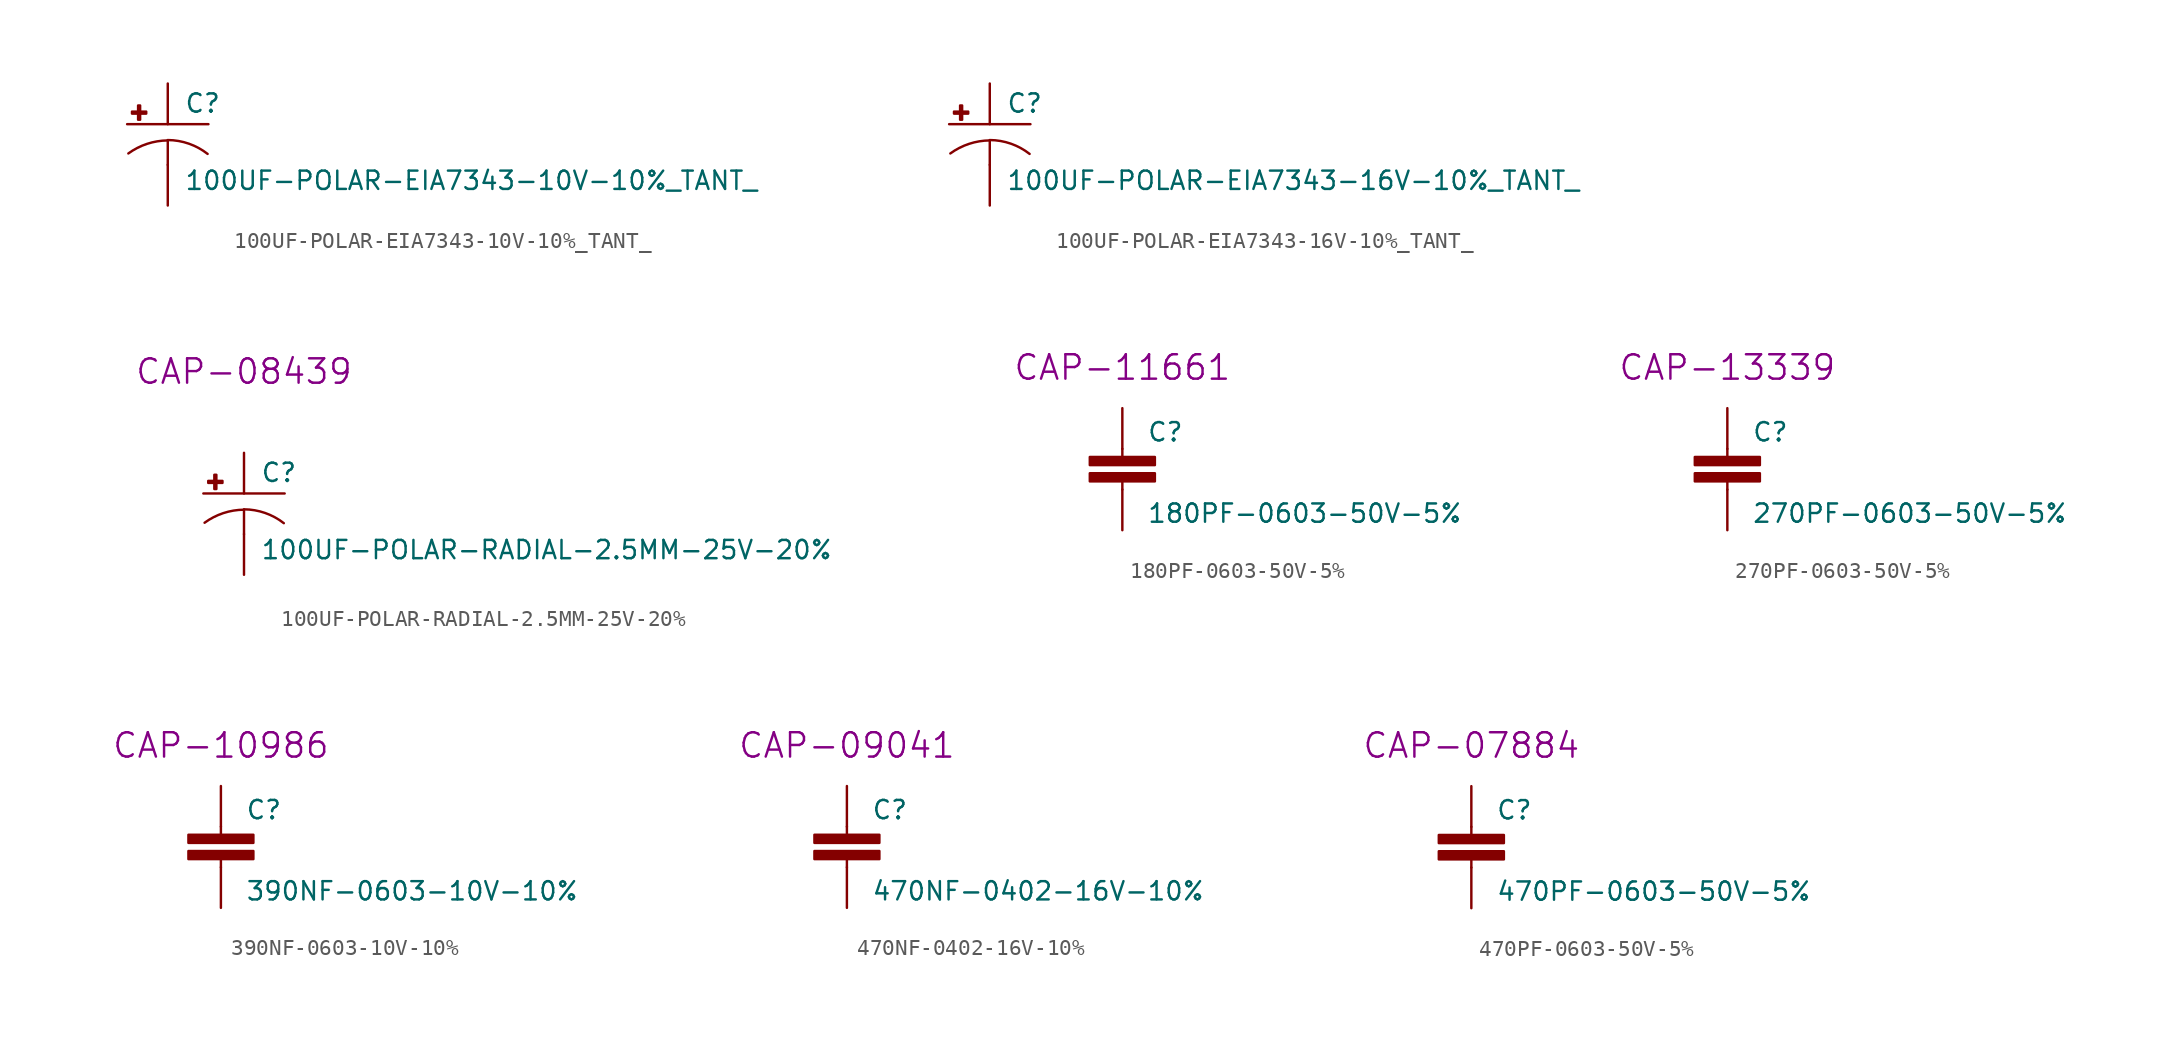
<source format=kicad_sym>
(kicad_symbol_lib
  (version 20220914)
  (generator kicad_symbol_editor)
  (symbol "100UF-POLAR-EIA7343-10V-10%_TANT_"
    (pin_numbers hide)
    (pin_names
      (offset 1.016) hide)
    (property "Reference" "C"
      (at 1.016 0.635 0)
      (effects (font (size 1.143 1.143)) (justify left bottom)))
    (property "Value" "100UF-POLAR-EIA7343-10V-10%_TANT_"
      (at 1.016 -4.191 0)
      (effects (font (size 1.143 1.143)) (justify left bottom)))
    (property "ki_locked" ""
      (at 0 0 0)
      (effects (font (size 1.27 1.27))))
    (symbol "100UF-POLAR-EIA7343-10V-10%_TANT__1_0"
      (polyline (pts (xy -2.54 0) (xy 2.54 0)) (stroke (width 0) (type solid)) (fill (type none)))
      (polyline (pts (xy 0 -1.016) (xy 0 -2.54)) (stroke (width 0) (type solid)) (fill (type none))))
    (symbol "100UF-POLAR-EIA7343-10V-10%_TANT__1_1"
      (rectangle (start -2.235 0.66) (end -1.346 0.787) (stroke (width 0) (type solid)) (fill (type outline)))
      (rectangle (start -1.854 0.279) (end -1.727 1.168) (stroke (width 0) (type solid)) (fill (type outline)))
      (arc (start 0 -1.016) (mid -1.2939 -1.2289) (end -2.4638 -1.8288) (stroke (width 0) (type solid)) (fill (type none)))
      (arc (start 2.4892 -1.8542) (mid 1.3167 -1.2157) (end 0 -0.9906) (stroke (width 0) (type solid)) (fill (type none)))
      (pin passive line (at 0 2.54 270) (length 2.54) (name "+" (effects (font (size 1.016 1.016)))) (number "A" (effects (font (size 1.016 1.016)))))
      (pin passive line (at 0 -5.08 90) (length 2.54) (name "-" (effects (font (size 1.016 1.016)))) (number "C" (effects (font (size 1.016 1.016)))))))
  (symbol "100UF-POLAR-EIA7343-16V-10%_TANT_"
    (pin_numbers hide)
    (pin_names
      (offset 1.016) hide)
    (property "Reference" "C"
      (at 1.016 0.635 0)
      (effects (font (size 1.143 1.143)) (justify left bottom)))
    (property "Value" "100UF-POLAR-EIA7343-16V-10%_TANT_"
      (at 1.016 -4.191 0)
      (effects (font (size 1.143 1.143)) (justify left bottom)))
    (property "ki_locked" ""
      (at 0 0 0)
      (effects (font (size 1.27 1.27))))
    (symbol "100UF-POLAR-EIA7343-16V-10%_TANT__1_0"
      (polyline (pts (xy -2.54 0) (xy 2.54 0)) (stroke (width 0) (type solid)) (fill (type none)))
      (polyline (pts (xy 0 -1.016) (xy 0 -2.54)) (stroke (width 0) (type solid)) (fill (type none))))
    (symbol "100UF-POLAR-EIA7343-16V-10%_TANT__1_1"
      (rectangle (start -2.235 0.66) (end -1.346 0.787) (stroke (width 0) (type solid)) (fill (type outline)))
      (rectangle (start -1.854 0.279) (end -1.727 1.168) (stroke (width 0) (type solid)) (fill (type outline)))
      (arc (start 0 -1.016) (mid -1.2939 -1.2289) (end -2.4638 -1.8288) (stroke (width 0) (type solid)) (fill (type none)))
      (arc (start 2.4892 -1.8542) (mid 1.3167 -1.2157) (end 0 -0.9906) (stroke (width 0) (type solid)) (fill (type none)))
      (pin passive line (at 0 2.54 270) (length 2.54) (name "+" (effects (font (size 1.016 1.016)))) (number "A" (effects (font (size 1.016 1.016)))))
      (pin passive line (at 0 -5.08 90) (length 2.54) (name "-" (effects (font (size 1.016 1.016)))) (number "C" (effects (font (size 1.016 1.016)))))))
  (symbol "100UF-POLAR-RADIAL-2.5MM-25V-20%"
    (pin_numbers hide)
    (pin_names
      (offset 1.016) hide)
    (property "Reference" "C"
      (at 1.016 0.635 0)
      (effects (font (size 1.143 1.143)) (justify left bottom)))
    (property "Value" "100UF-POLAR-RADIAL-2.5MM-25V-20%"
      (at 1.016 -4.191 0)
      (effects (font (size 1.143 1.143)) (justify left bottom)))
    (property "Field4" "CAP-08439"
      (at 0 7.62 0)
      (effects (font (size 1.524 1.524))))
    (property "ki_locked" ""
      (at 0 0 0)
      (effects (font (size 1.27 1.27))))
    (symbol "100UF-POLAR-RADIAL-2.5MM-25V-20%_1_0"
      (polyline (pts (xy -2.54 0) (xy 2.54 0)) (stroke (width 0) (type solid)) (fill (type none)))
      (polyline (pts (xy 0 -1.016) (xy 0 -2.54)) (stroke (width 0) (type solid)) (fill (type none))))
    (symbol "100UF-POLAR-RADIAL-2.5MM-25V-20%_1_1"
      (rectangle (start -2.235 0.66) (end -1.346 0.787) (stroke (width 0) (type solid)) (fill (type outline)))
      (rectangle (start -1.854 0.279) (end -1.727 1.168) (stroke (width 0) (type solid)) (fill (type outline)))
      (arc (start 0 -1.016) (mid -1.2939 -1.2289) (end -2.4638 -1.8288) (stroke (width 0) (type solid)) (fill (type none)))
      (arc (start 2.4892 -1.8542) (mid 1.3167 -1.2157) (end 0 -0.9906) (stroke (width 0) (type solid)) (fill (type none)))
      (pin passive line (at 0 2.54 270) (length 2.54) (name "+" (effects (font (size 1.016 1.016)))) (number "1" (effects (font (size 1.016 1.016)))))
      (pin passive line (at 0 -5.08 90) (length 2.54) (name "-" (effects (font (size 1.016 1.016)))) (number "2" (effects (font (size 1.016 1.016)))))))
  (symbol "180PF-0603-50V-5%"
    (pin_numbers hide)
    (pin_names
      (offset 1.016) hide)
    (property "Reference" "C"
      (at 1.524 2.921 0)
      (effects (font (size 1.143 1.143)) (justify left bottom)))
    (property "Value" "180PF-0603-50V-5%"
      (at 1.524 -2.159 0)
      (effects (font (size 1.143 1.143)) (justify left bottom)))
    (property "Field4" "CAP-11661"
      (at 0 7.62 0)
      (effects (font (size 1.524 1.524))))
    (property "ki_locked" ""
      (at 0 0 0)
      (effects (font (size 1.27 1.27))))
    (symbol "180PF-0603-50V-5%_1_0"
      (polyline (pts (xy 0 0) (xy 0 0.508)) (stroke (width 0) (type solid)) (fill (type none)))
      (polyline (pts (xy 0 2.54) (xy 0 2.032)) (stroke (width 0) (type solid)) (fill (type none))))
    (symbol "180PF-0603-50V-5%_1_1"
      (rectangle (start -2.032 0.508) (end 2.032 1.016) (stroke (width 0) (type solid)) (fill (type outline)))
      (rectangle (start -2.032 1.524) (end 2.032 2.032) (stroke (width 0) (type solid)) (fill (type outline)))
      (pin passive line (at 0 5.08 270) (length 2.54) (name "1" (effects (font (size 1.016 1.016)))) (number "1" (effects (font (size 1.016 1.016)))))
      (pin passive line (at 0 -2.54 90) (length 2.54) (name "2" (effects (font (size 1.016 1.016)))) (number "2" (effects (font (size 1.016 1.016)))))))
  (symbol "270PF-0603-50V-5%"
    (pin_numbers hide)
    (pin_names
      (offset 1.016) hide)
    (property "Reference" "C"
      (at 1.524 2.921 0)
      (effects (font (size 1.143 1.143)) (justify left bottom)))
    (property "Value" "270PF-0603-50V-5%"
      (at 1.524 -2.159 0)
      (effects (font (size 1.143 1.143)) (justify left bottom)))
    (property "Field4" "CAP-13339"
      (at 0 7.62 0)
      (effects (font (size 1.524 1.524))))
    (property "ki_locked" ""
      (at 0 0 0)
      (effects (font (size 1.27 1.27))))
    (symbol "270PF-0603-50V-5%_1_0"
      (polyline (pts (xy 0 0) (xy 0 0.508)) (stroke (width 0) (type solid)) (fill (type none)))
      (polyline (pts (xy 0 2.54) (xy 0 2.032)) (stroke (width 0) (type solid)) (fill (type none))))
    (symbol "270PF-0603-50V-5%_1_1"
      (rectangle (start -2.032 0.508) (end 2.032 1.016) (stroke (width 0) (type solid)) (fill (type outline)))
      (rectangle (start -2.032 1.524) (end 2.032 2.032) (stroke (width 0) (type solid)) (fill (type outline)))
      (pin passive line (at 0 5.08 270) (length 2.54) (name "1" (effects (font (size 1.016 1.016)))) (number "1" (effects (font (size 1.016 1.016)))))
      (pin passive line (at 0 -2.54 90) (length 2.54) (name "2" (effects (font (size 1.016 1.016)))) (number "2" (effects (font (size 1.016 1.016)))))))
  (symbol "390NF-0603-10V-10%"
    (pin_numbers hide)
    (pin_names
      (offset 1.016) hide)
    (property "Reference" "C"
      (at 1.524 2.921 0)
      (effects (font (size 1.143 1.143)) (justify left bottom)))
    (property "Value" "390NF-0603-10V-10%"
      (at 1.524 -2.159 0)
      (effects (font (size 1.143 1.143)) (justify left bottom)))
    (property "Field4" "CAP-10986"
      (at 0 7.62 0)
      (effects (font (size 1.524 1.524))))
    (property "ki_locked" ""
      (at 0 0 0)
      (effects (font (size 1.27 1.27))))
    (symbol "390NF-0603-10V-10%_1_0"
      (polyline (pts (xy 0 0) (xy 0 0.508)) (stroke (width 0) (type solid)) (fill (type none)))
      (polyline (pts (xy 0 2.54) (xy 0 2.032)) (stroke (width 0) (type solid)) (fill (type none))))
    (symbol "390NF-0603-10V-10%_1_1"
      (rectangle (start -2.032 0.508) (end 2.032 1.016) (stroke (width 0) (type solid)) (fill (type outline)))
      (rectangle (start -2.032 1.524) (end 2.032 2.032) (stroke (width 0) (type solid)) (fill (type outline)))
      (pin passive line (at 0 5.08 270) (length 2.54) (name "1" (effects (font (size 1.016 1.016)))) (number "1" (effects (font (size 1.016 1.016)))))
      (pin passive line (at 0 -2.54 90) (length 2.54) (name "2" (effects (font (size 1.016 1.016)))) (number "2" (effects (font (size 1.016 1.016)))))))
  (symbol "470NF-0402-16V-10%"
    (pin_numbers hide)
    (pin_names
      (offset 1.016) hide)
    (property "Reference" "C"
      (at 1.524 2.921 0)
      (effects (font (size 1.143 1.143)) (justify left bottom)))
    (property "Value" "470NF-0402-16V-10%"
      (at 1.524 -2.159 0)
      (effects (font (size 1.143 1.143)) (justify left bottom)))
    (property "Field4" "CAP-09041"
      (at 0 7.62 0)
      (effects (font (size 1.524 1.524))))
    (property "ki_locked" ""
      (at 0 0 0)
      (effects (font (size 1.27 1.27))))
    (symbol "470NF-0402-16V-10%_1_0"
      (polyline (pts (xy 0 0) (xy 0 0.508)) (stroke (width 0) (type solid)) (fill (type none)))
      (polyline (pts (xy 0 2.54) (xy 0 2.032)) (stroke (width 0) (type solid)) (fill (type none))))
    (symbol "470NF-0402-16V-10%_1_1"
      (rectangle (start -2.032 0.508) (end 2.032 1.016) (stroke (width 0) (type solid)) (fill (type outline)))
      (rectangle (start -2.032 1.524) (end 2.032 2.032) (stroke (width 0) (type solid)) (fill (type outline)))
      (pin passive line (at 0 5.08 270) (length 2.54) (name "1" (effects (font (size 1.016 1.016)))) (number "1" (effects (font (size 1.016 1.016)))))
      (pin passive line (at 0 -2.54 90) (length 2.54) (name "2" (effects (font (size 1.016 1.016)))) (number "2" (effects (font (size 1.016 1.016)))))))
  (symbol "470PF-0603-50V-5%"
    (pin_numbers hide)
    (pin_names
      (offset 1.016) hide)
    (property "Reference" "C"
      (at 1.524 2.921 0)
      (effects (font (size 1.143 1.143)) (justify left bottom)))
    (property "Value" "470PF-0603-50V-5%"
      (at 1.524 -2.159 0)
      (effects (font (size 1.143 1.143)) (justify left bottom)))
    (property "Field4" "CAP-07884"
      (at 0 7.62 0)
      (effects (font (size 1.524 1.524))))
    (property "ki_locked" ""
      (at 0 0 0)
      (effects (font (size 1.27 1.27))))
    (symbol "470PF-0603-50V-5%_1_0"
      (polyline (pts (xy 0 0) (xy 0 0.508)) (stroke (width 0) (type solid)) (fill (type none)))
      (polyline (pts (xy 0 2.54) (xy 0 2.032)) (stroke (width 0) (type solid)) (fill (type none))))
    (symbol "470PF-0603-50V-5%_1_1"
      (rectangle (start -2.032 0.508) (end 2.032 1.016) (stroke (width 0) (type solid)) (fill (type outline)))
      (rectangle (start -2.032 1.524) (end 2.032 2.032) (stroke (width 0) (type solid)) (fill (type outline)))
      (pin passive line (at 0 5.08 270) (length 2.54) (name "1" (effects (font (size 1.016 1.016)))) (number "1" (effects (font (size 1.016 1.016)))))
      (pin passive line (at 0 -2.54 90) (length 2.54) (name "2" (effects (font (size 1.016 1.016)))) (number "2" (effects (font (size 1.016 1.016))))))))
</source>
